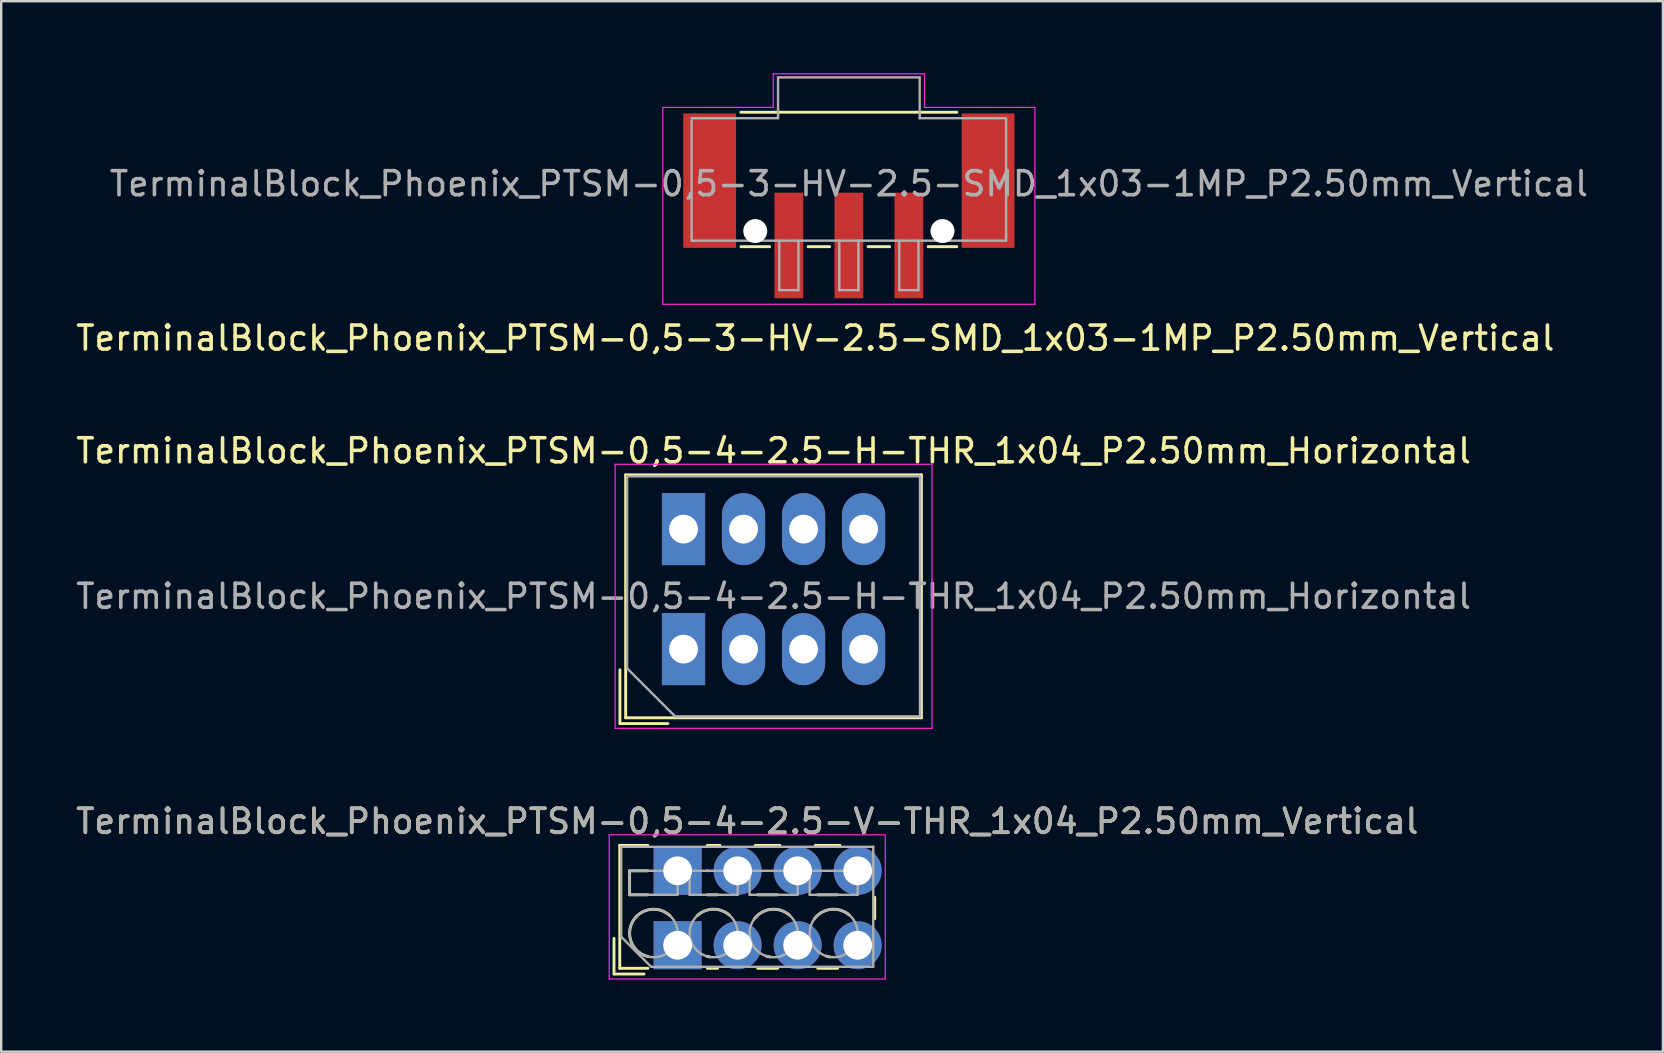
<source format=kicad_pcb>
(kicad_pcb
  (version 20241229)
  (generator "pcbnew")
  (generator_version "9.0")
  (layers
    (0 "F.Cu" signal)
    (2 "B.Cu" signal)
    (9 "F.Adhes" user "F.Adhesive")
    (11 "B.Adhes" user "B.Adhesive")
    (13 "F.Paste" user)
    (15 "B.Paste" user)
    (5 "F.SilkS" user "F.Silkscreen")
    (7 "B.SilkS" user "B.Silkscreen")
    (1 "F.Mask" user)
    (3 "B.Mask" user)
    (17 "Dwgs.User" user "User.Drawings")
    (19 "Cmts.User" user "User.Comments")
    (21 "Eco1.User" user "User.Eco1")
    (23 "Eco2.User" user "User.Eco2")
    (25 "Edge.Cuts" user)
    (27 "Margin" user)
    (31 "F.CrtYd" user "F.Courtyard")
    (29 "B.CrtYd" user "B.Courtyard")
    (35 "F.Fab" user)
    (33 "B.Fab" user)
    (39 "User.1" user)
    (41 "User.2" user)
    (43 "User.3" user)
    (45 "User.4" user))
  (footprint "TerminalBlock_Phoenix_PTSM-0,5-4-2.5-H-THR_1x04_P2.50mm_Horizontal"
    (layer "F.Cu")
    (at 25.423 23.991)
    (property "Reference" "TerminalBlock_Phoenix_PTSM-0,5-4-2.5-H-THR_1x04_P2.50mm_Horizontal" (at 3.75 -8.26 0) (layer "F.SilkS") (effects (font (size 1 1) (thickness 0.15))))
    (attr through_hole)
    (fp_line (start -2.65 0.86) (end -2.65 3.1) (stroke (width 0.12) (type solid)) (layer "F.SilkS"))
    (fp_line (start -2.65 3.1) (end -0.65 3.1) (stroke (width 0.12) (type solid)) (layer "F.SilkS"))
    (fp_line (start -2.41 -7.26) (end -2.41 2.86) (stroke (width 0.12) (type solid)) (layer "F.SilkS"))
    (fp_line (start -2.41 -7.26) (end 9.91 -7.26) (stroke (width 0.12) (type solid)) (layer "F.SilkS"))
    (fp_line (start -2.41 2.86) (end 9.91 2.86) (stroke (width 0.12) (type solid)) (layer "F.SilkS"))
    (fp_line (start 9.91 -7.26) (end 9.91 2.86) (stroke (width 0.12) (type solid)) (layer "F.SilkS"))
    (fp_line (start -2.85 -7.7) (end -2.85 3.3) (stroke (width 0.05) (type solid)) (layer "F.CrtYd"))
    (fp_line (start -2.85 3.3) (end 10.35 3.3) (stroke (width 0.05) (type solid)) (layer "F.CrtYd"))
    (fp_line (start 10.35 -7.7) (end -2.85 -7.7) (stroke (width 0.05) (type solid)) (layer "F.CrtYd"))
    (fp_line (start 10.35 3.3) (end 10.35 -7.7) (stroke (width 0.05) (type solid)) (layer "F.CrtYd"))
    (fp_line (start -2.35 -7.2) (end 9.85 -7.2) (stroke (width 0.1) (type solid)) (layer "F.Fab"))
    (fp_line (start -2.35 0.8) (end -2.35 -7.2) (stroke (width 0.1) (type solid)) (layer "F.Fab"))
    (fp_line (start -0.35 2.8) (end -2.35 0.8) (stroke (width 0.1) (type solid)) (layer "F.Fab"))
    (fp_line (start 9.85 -7.2) (end 9.85 2.8) (stroke (width 0.1) (type solid)) (layer "F.Fab"))
    (fp_line (start 9.85 2.8) (end -0.35 2.8) (stroke (width 0.1) (type solid)) (layer "F.Fab"))
    (fp_text user "${REFERENCE}" (at 3.75 -2.2 0) (layer "F.Fab") (effects (font (size 1 1) (thickness 0.15))))
    (pad "1" thru_hole rect (at 0 -5) (size 1.8 3) (drill 1.2) (layers "*.Cu" "*.Mask"))
    (pad "1" thru_hole rect (at 0 0) (size 1.8 3) (drill 1.2) (layers "*.Cu" "*.Mask"))
    (pad "2" thru_hole oval (at 2.5 -5) (size 1.8 3) (drill 1.2) (layers "*.Cu" "*.Mask"))
    (pad "2" thru_hole oval (at 2.5 0) (size 1.8 3) (drill 1.2) (layers "*.Cu" "*.Mask"))
    (pad "3" thru_hole oval (at 5 -5) (size 1.8 3) (drill 1.2) (layers "*.Cu" "*.Mask"))
    (pad "3" thru_hole oval (at 5 0) (size 1.8 3) (drill 1.2) (layers "*.Cu" "*.Mask"))
    (pad "4" thru_hole oval (at 7.5 -5) (size 1.8 3) (drill 1.2) (layers "*.Cu" "*.Mask"))
    (pad "4" thru_hole oval (at 7.5 0) (size 1.8 3) (drill 1.2) (layers "*.Cu" "*.Mask")))
  (footprint "TerminalBlock_Phoenix_PTSM-0,5-3-HV-2.5-SMD_1x03-1MP_P2.50mm_Vertical"
    (layer "F.Cu")
    (at 32.311 5.525)
    (property "Reference" "TerminalBlock_Phoenix_PTSM-0,5-3-HV-2.5-SMD_1x03-1MP_P2.50mm_Vertical" (at -1.4 5.51 0) (layer "F.SilkS") (effects (font (size 1 1) (thickness 0.15))))
    (attr smd)
    (fp_line (start -4.5 -3.9) (end 4.5 -3.9) (stroke (width 0.12) (type solid)) (layer "F.SilkS"))
    (fp_line (start -3.3 1.7) (end -4.5 1.7) (stroke (width 0.12) (type solid)) (layer "F.SilkS"))
    (fp_line (start -0.8 1.7) (end -1.7 1.7) (stroke (width 0.12) (type solid)) (layer "F.SilkS"))
    (fp_line (start 1.7 1.7) (end 0.8 1.7) (stroke (width 0.12) (type solid)) (layer "F.SilkS"))
    (fp_line (start 4.5 1.7) (end 3.3 1.7) (stroke (width 0.12) (type solid)) (layer "F.SilkS"))
    (fp_line (start -7.75 -4.1) (end -3.15 -4.1) (stroke (width 0.05) (type solid)) (layer "F.CrtYd"))
    (fp_line (start -7.75 4.1) (end -7.75 -4.1) (stroke (width 0.05) (type solid)) (layer "F.CrtYd"))
    (fp_line (start -3.15 -5.5) (end 3.15 -5.5) (stroke (width 0.05) (type solid)) (layer "F.CrtYd"))
    (fp_line (start -3.15 -4.1) (end -3.15 -5.5) (stroke (width 0.05) (type solid)) (layer "F.CrtYd"))
    (fp_line (start 3.15 -4.1) (end 3.15 -5.5) (stroke (width 0.05) (type solid)) (layer "F.CrtYd"))
    (fp_line (start 7.75 -4.1) (end 3.15 -4.1) (stroke (width 0.05) (type solid)) (layer "F.CrtYd"))
    (fp_line (start 7.75 -4.1) (end 7.75 4.1) (stroke (width 0.05) (type solid)) (layer "F.CrtYd"))
    (fp_line (start 7.75 4.1) (end -7.75 4.1) (stroke (width 0.05) (type solid)) (layer "F.CrtYd"))
    (fp_line (start -6.55 -3.65) (end -2.95 -3.65) (stroke (width 0.1) (type solid)) (layer "F.Fab"))
    (fp_line (start -6.55 1.45) (end -6.55 -3.55) (stroke (width 0.1) (type solid)) (layer "F.Fab"))
    (fp_line (start -2.95 -5.35) (end 2.95 -5.35) (stroke (width 0.1) (type solid)) (layer "F.Fab"))
    (fp_line (start -2.95 -3.65) (end -2.95 -5.35) (stroke (width 0.1) (type solid)) (layer "F.Fab"))
    (fp_line (start -2.9 1.45) (end -2.9 3.51) (stroke (width 0.1) (type solid)) (layer "F.Fab"))
    (fp_line (start -2.9 3.51) (end -2.1 3.51) (stroke (width 0.1) (type solid)) (layer "F.Fab"))
    (fp_line (start -2.1 1.45) (end -2.1 3.51) (stroke (width 0.1) (type solid)) (layer "F.Fab"))
    (fp_line (start -0.4 1.45) (end -0.4 3.51) (stroke (width 0.1) (type solid)) (layer "F.Fab"))
    (fp_line (start -0.4 3.51) (end 0.4 3.51) (stroke (width 0.1) (type solid)) (layer "F.Fab"))
    (fp_line (start 0.4 1.45) (end 0.4 3.51) (stroke (width 0.1) (type solid)) (layer "F.Fab"))
    (fp_line (start 2.1 1.45) (end 2.1 3.51) (stroke (width 0.1) (type solid)) (layer "F.Fab"))
    (fp_line (start 2.1 3.51) (end 2.9 3.51) (stroke (width 0.1) (type solid)) (layer "F.Fab"))
    (fp_line (start 2.9 1.45) (end 2.9 3.51) (stroke (width 0.1) (type solid)) (layer "F.Fab"))
    (fp_line (start 2.95 -5.35) (end 2.95 -3.65) (stroke (width 0.1) (type solid)) (layer "F.Fab"))
    (fp_line (start 2.95 -3.65) (end 6.55 -3.65) (stroke (width 0.1) (type solid)) (layer "F.Fab"))
    (fp_line (start 6.55 1.45) (end -6.55 1.45) (stroke (width 0.1) (type solid)) (layer "F.Fab"))
    (fp_line (start 6.55 1.45) (end 6.55 -3.6) (stroke (width 0.1) (type solid)) (layer "F.Fab"))
    (fp_text user "${REFERENCE}" (at 0 -0.92 0) (layer "F.Fab") (effects (font (size 1 1) (thickness 0.15))))
    (pad "" np_thru_hole circle (at -3.9 1.05) (size 1 1) (drill 1) (layers "*.Cu" "*.Mask"))
    (pad "" np_thru_hole circle (at 3.9 1.05) (size 1 1) (drill 1) (layers "*.Cu" "*.Mask"))
    (pad "1" smd rect (at -2.5 1.65 180) (size 1.2 4.4) (layers "F.Cu" "F.Mask" "F.Paste"))
    (pad "2" smd rect (at 0 1.65 180) (size 1.2 4.4) (layers "F.Cu" "F.Mask" "F.Paste"))
    (pad "3" smd rect (at 2.5 1.65 180) (size 1.2 4.4) (layers "F.Cu" "F.Mask" "F.Paste"))
    (pad "MP" smd rect (at -5.8 -1.05 180) (size 2.2 5.6) (layers "F.Cu" "F.Mask" "F.Paste"))
    (pad "MP" smd rect (at 5.8 -1.05 180) (size 2.2 5.6) (layers "F.Cu" "F.Mask" "F.Paste")))
  (footprint "TerminalBlock_Phoenix_PTSM-0,5-4-2.5-V-THR_1x04_P2.50mm_Vertical"
    (layer "F.Cu")
    (at 25.177 36.325)
    (property "Reference" "TerminalBlock_Phoenix_PTSM-0,5-4-2.5-V-THR_1x04_P2.50mm_Vertical" (at 2.9 -5.16 0) (layer "F.SilkS") (effects (font (size 1 1) (thickness 0.15))))
    (attr through_hole)
    (fp_line (start -2.65 -0.29) (end -2.65 1.2) (stroke (width 0.12) (type solid)) (layer "F.SilkS"))
    (fp_line (start -2.65 1.2) (end -1.4 1.2) (stroke (width 0.12) (type solid)) (layer "F.SilkS"))
    (fp_line (start -2.41 -4.16) (end -2.41 0.961) (stroke (width 0.12) (type solid)) (layer "F.SilkS"))
    (fp_line (start -2.41 -4.16) (end -1.24 -4.16) (stroke (width 0.12) (type solid)) (layer "F.SilkS"))
    (fp_line (start -2.41 0.961) (end -1.24 0.961) (stroke (width 0.12) (type solid)) (layer "F.SilkS"))
    (fp_line (start -2 -3.1) (end -2 -2.1) (stroke (width 0.12) (type solid)) (layer "F.SilkS"))
    (fp_line (start -2 -3.1) (end -1.24 -3.1) (stroke (width 0.12) (type solid)) (layer "F.SilkS"))
    (fp_line (start -2 -2.1) (end -1.24 -2.1) (stroke (width 0.12) (type solid)) (layer "F.SilkS"))
    (fp_line (start 1.24 -4.16) (end 1.763 -4.16) (stroke (width 0.12) (type solid)) (layer "F.SilkS"))
    (fp_line (start 1.24 -3.1) (end 1.245 -3.1) (stroke (width 0.12) (type solid)) (layer "F.SilkS"))
    (fp_line (start 1.24 -2.1) (end 1.665 -2.1) (stroke (width 0.12) (type solid)) (layer "F.SilkS"))
    (fp_line (start 1.24 0.961) (end 1.665 0.961) (stroke (width 0.12) (type solid)) (layer "F.SilkS"))
    (fp_line (start 3.238 -4.16) (end 4.263 -4.16) (stroke (width 0.12) (type solid)) (layer "F.SilkS"))
    (fp_line (start 3.336 -2.1) (end 4.165 -2.1) (stroke (width 0.12) (type solid)) (layer "F.SilkS"))
    (fp_line (start 3.336 0.961) (end 4.165 0.961) (stroke (width 0.12) (type solid)) (layer "F.SilkS"))
    (fp_line (start 5.738 -4.16) (end 6.763 -4.16) (stroke (width 0.12) (type solid)) (layer "F.SilkS"))
    (fp_line (start 5.836 -2.1) (end 6.665 -2.1) (stroke (width 0.12) (type solid)) (layer "F.SilkS"))
    (fp_line (start 5.836 0.961) (end 6.665 0.961) (stroke (width 0.12) (type solid)) (layer "F.SilkS"))
    (fp_line (start 8.21 -2) (end 8.21 -1.1) (stroke (width 0.12) (type solid)) (layer "F.SilkS"))
    (fp_arc (start -1.224629 0.474931) (mid -1.883573 -0.969306) (end -0.318 -1.232) (stroke (width 0.12) (type solid)) (layer "F.SilkS"))
    (fp_arc (start 0.817811 -1.23232) (mid 1.483053 -1.500693) (end 2.157 -1.255) (stroke (width 0.12) (type solid)) (layer "F.SilkS"))
    (fp_arc (start 1.344288 0.488343) (mid 1.284242 0.476994) (end 1.225 0.462) (stroke (width 0.12) (type solid)) (layer "F.SilkS"))
    (fp_arc (start 3.190612 -1.088697) (mid 3.887218 -1.494461) (end 4.657 -1.255) (stroke (width 0.12) (type solid)) (layer "F.SilkS"))
    (fp_arc (start 3.84373 0.488618) (mid 3.766646 0.47331) (end 3.691 0.452) (stroke (width 0.12) (type solid)) (layer "F.SilkS"))
    (fp_arc (start 5.690612 -1.088697) (mid 6.387218 -1.494461) (end 7.157 -1.255) (stroke (width 0.12) (type solid)) (layer "F.SilkS"))
    (fp_arc (start 6.34373 0.488618) (mid 6.266646 0.47331) (end 6.191 0.452) (stroke (width 0.12) (type solid)) (layer "F.SilkS"))
    (fp_line (start -2.85 -4.6) (end -2.85 1.41) (stroke (width 0.05) (type solid)) (layer "F.CrtYd"))
    (fp_line (start -2.85 1.41) (end 8.65 1.41) (stroke (width 0.05) (type solid)) (layer "F.CrtYd"))
    (fp_line (start 8.65 -4.6) (end -2.85 -4.6) (stroke (width 0.05) (type solid)) (layer "F.CrtYd"))
    (fp_line (start 8.65 1.41) (end 8.65 -4.6) (stroke (width 0.05) (type solid)) (layer "F.CrtYd"))
    (fp_line (start -2.35 -4.1) (end 8.15 -4.1) (stroke (width 0.1) (type solid)) (layer "F.Fab"))
    (fp_line (start -2.35 -0.35) (end -2.35 -4.1) (stroke (width 0.1) (type solid)) (layer "F.Fab"))
    (fp_line (start -2 -3.1) (end -2 -2.1) (stroke (width 0.1) (type solid)) (layer "F.Fab"))
    (fp_line (start -2 -2.1) (end 0 -2.1) (stroke (width 0.1) (type solid)) (layer "F.Fab"))
    (fp_line (start -1.1 0.9) (end -2.35 -0.35) (stroke (width 0.1) (type solid)) (layer "F.Fab"))
    (fp_line (start 0 -3.1) (end -2 -3.1) (stroke (width 0.1) (type solid)) (layer "F.Fab"))
    (fp_line (start 0 -2.1) (end 0 -3.1) (stroke (width 0.1) (type solid)) (layer "F.Fab"))
    (fp_line (start 0.5 -3.1) (end 0.5 -2.1) (stroke (width 0.1) (type solid)) (layer "F.Fab"))
    (fp_line (start 0.5 -2.1) (end 2.5 -2.1) (stroke (width 0.1) (type solid)) (layer "F.Fab"))
    (fp_line (start 2.5 -3.1) (end 0.5 -3.1) (stroke (width 0.1) (type solid)) (layer "F.Fab"))
    (fp_line (start 2.5 -2.1) (end 2.5 -3.1) (stroke (width 0.1) (type solid)) (layer "F.Fab"))
    (fp_line (start 3 -3.1) (end 3 -2.1) (stroke (width 0.1) (type solid)) (layer "F.Fab"))
    (fp_line (start 3 -2.1) (end 5 -2.1) (stroke (width 0.1) (type solid)) (layer "F.Fab"))
    (fp_line (start 5 -3.1) (end 3 -3.1) (stroke (width 0.1) (type solid)) (layer "F.Fab"))
    (fp_line (start 5 -2.1) (end 5 -3.1) (stroke (width 0.1) (type solid)) (layer "F.Fab"))
    (fp_line (start 5.5 -3.1) (end 5.5 -2.1) (stroke (width 0.1) (type solid)) (layer "F.Fab"))
    (fp_line (start 5.5 -2.1) (end 7.5 -2.1) (stroke (width 0.1) (type solid)) (layer "F.Fab"))
    (fp_line (start 7.5 -3.1) (end 5.5 -3.1) (stroke (width 0.1) (type solid)) (layer "F.Fab"))
    (fp_line (start 7.5 -2.1) (end 7.5 -3.1) (stroke (width 0.1) (type solid)) (layer "F.Fab"))
    (fp_line (start 8.15 -4.1) (end 8.15 0.9) (stroke (width 0.1) (type solid)) (layer "F.Fab"))
    (fp_line (start 8.15 0.9) (end -1.1 0.9) (stroke (width 0.1) (type solid)) (layer "F.Fab"))
    (fp_circle (center -1 -0.5) (end 0 -0.5) (stroke (width 0.1) (type solid)) (fill no) (layer "F.Fab"))
    (fp_circle (center 1.5 -0.5) (end 2.5 -0.5) (stroke (width 0.1) (type solid)) (fill no) (layer "F.Fab"))
    (fp_circle (center 4 -0.5) (end 5 -0.5) (stroke (width 0.1) (type solid)) (fill no) (layer "F.Fab"))
    (fp_circle (center 6.5 -0.5) (end 7.5 -0.5) (stroke (width 0.1) (type solid)) (fill no) (layer "F.Fab"))
    (fp_text user "${REFERENCE}" (at 2.9 -5.16 0) (layer "F.Fab") (effects (font (size 1 1) (thickness 0.15))))
    (pad "1" thru_hole rect (at 0 -3.1) (size 2 2) (drill 1.2) (layers "*.Cu" "*.Mask"))
    (pad "1" thru_hole rect (at 0 0) (size 2 2) (drill 1.2) (layers "*.Cu" "*.Mask"))
    (pad "2" thru_hole circle (at 2.5 -3.1) (size 2 2) (drill 1.2) (layers "*.Cu" "*.Mask"))
    (pad "2" thru_hole circle (at 2.5 0) (size 2 2) (drill 1.2) (layers "*.Cu" "*.Mask"))
    (pad "3" thru_hole circle (at 5 -3.1) (size 2 2) (drill 1.2) (layers "*.Cu" "*.Mask"))
    (pad "3" thru_hole circle (at 5 0) (size 2 2) (drill 1.2) (layers "*.Cu" "*.Mask"))
    (pad "4" thru_hole circle (at 7.5 -3.1) (size 2 2) (drill 1.2) (layers "*.Cu" "*.Mask"))
    (pad "4" thru_hole circle (at 7.5 0) (size 2 2) (drill 1.2) (layers "*.Cu" "*.Mask")))
  (gr_rect
    (start -3 -3)
    (end 66.221 40.76)
    (stroke (width 0.1) (type default))
    (fill no)
    (layer "Edge.Cuts")))
</source>
